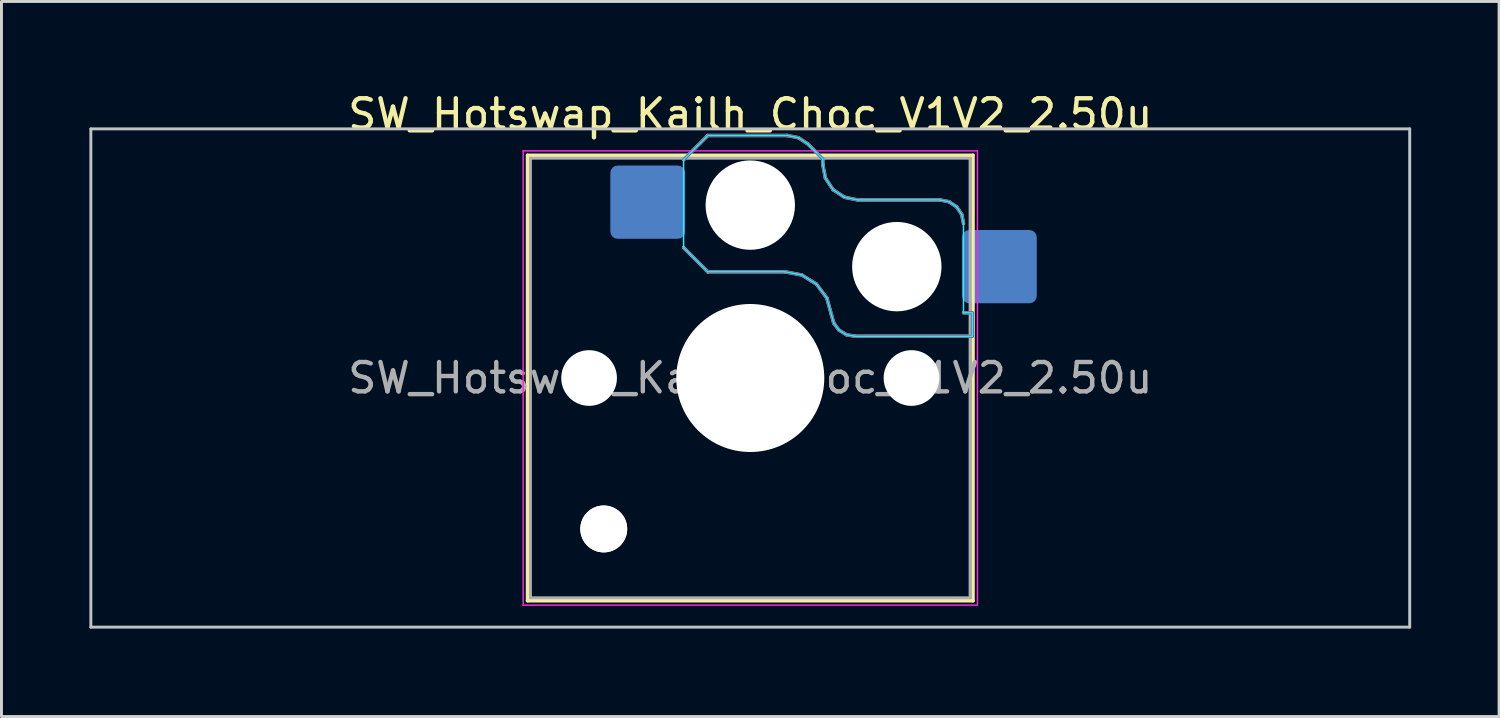
<source format=kicad_pcb>
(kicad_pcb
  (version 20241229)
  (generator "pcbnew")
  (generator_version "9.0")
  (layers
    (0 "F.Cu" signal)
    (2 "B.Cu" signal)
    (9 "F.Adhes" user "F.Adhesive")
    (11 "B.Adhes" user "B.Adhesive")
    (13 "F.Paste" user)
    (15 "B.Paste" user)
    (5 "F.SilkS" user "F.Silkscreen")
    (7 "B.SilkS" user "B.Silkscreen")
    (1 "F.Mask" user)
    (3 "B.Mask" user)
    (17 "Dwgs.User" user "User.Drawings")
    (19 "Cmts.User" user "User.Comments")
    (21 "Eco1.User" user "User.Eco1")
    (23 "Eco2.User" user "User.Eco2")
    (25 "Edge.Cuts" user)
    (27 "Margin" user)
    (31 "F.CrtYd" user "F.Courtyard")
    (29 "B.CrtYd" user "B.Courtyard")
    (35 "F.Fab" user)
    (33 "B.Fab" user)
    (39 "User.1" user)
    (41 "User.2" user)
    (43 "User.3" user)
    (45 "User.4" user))
  (footprint "SW_Hotswap_Kailh_Choc_V1V2_2.50u"
    (layer "F.Cu")
    (at 22.55 9.848)
    (property "Reference" "SW_Hotswap_Kailh_Choc_V1V2_2.50u" (at 0 -9 0) (layer "F.SilkS") (effects (font (size 1 1) (thickness 0.15))))
    (attr smd)
    (fp_line (start -7.6 -7.6) (end -7.6 7.6) (stroke (width 0.12) (type solid)) (layer "F.SilkS"))
    (fp_line (start -7.6 7.6) (end 7.6 7.6) (stroke (width 0.12) (type solid)) (layer "F.SilkS"))
    (fp_line (start 7.6 -7.6) (end -7.6 -7.6) (stroke (width 0.12) (type solid)) (layer "F.SilkS"))
    (fp_line (start 7.6 7.6) (end 7.6 -7.6) (stroke (width 0.12) (type solid)) (layer "F.SilkS"))
    (fp_line (start -2.275 -7.45) (end -1.45 -8.275) (stroke (width 0.12) (type solid)) (layer "B.SilkS"))
    (fp_line (start -1.45 -8.275) (end 1.261 -8.275) (stroke (width 0.12) (type solid)) (layer "B.SilkS"))
    (fp_line (start -1.45 -3.625) (end -2.275 -4.45) (stroke (width 0.12) (type solid)) (layer "B.SilkS"))
    (fp_line (start 1.175 -3.625) (end -1.45 -3.625) (stroke (width 0.12) (type solid)) (layer "B.SilkS"))
    (fp_line (start 1.261 -8.275) (end 1.643 -8.199) (stroke (width 0.12) (type solid)) (layer "B.SilkS"))
    (fp_line (start 1.643 -8.199) (end 1.968 -7.982) (stroke (width 0.12) (type solid)) (layer "B.SilkS"))
    (fp_line (start 1.756 -3.516) (end 1.175 -3.625) (stroke (width 0.12) (type solid)) (layer "B.SilkS"))
    (fp_line (start 1.968 -7.982) (end 2.475 -7.475) (stroke (width 0.12) (type solid)) (layer "B.SilkS"))
    (fp_line (start 2.258 -3.203) (end 1.756 -3.516) (stroke (width 0.12) (type solid)) (layer "B.SilkS"))
    (fp_line (start 2.475 -7.475) (end 2.475 -7.275) (stroke (width 0.12) (type solid)) (layer "B.SilkS"))
    (fp_line (start 2.475 -7.275) (end 2.566 -6.816) (stroke (width 0.12) (type solid)) (layer "B.SilkS"))
    (fp_line (start 2.566 -6.816) (end 2.826 -6.426) (stroke (width 0.12) (type solid)) (layer "B.SilkS"))
    (fp_line (start 2.612 -2.729) (end 2.258 -3.203) (stroke (width 0.12) (type solid)) (layer "B.SilkS"))
    (fp_line (start 2.769 -2.158) (end 2.612 -2.729) (stroke (width 0.12) (type solid)) (layer "B.SilkS"))
    (fp_line (start 2.826 -6.426) (end 3.216 -6.166) (stroke (width 0.12) (type solid)) (layer "B.SilkS"))
    (fp_line (start 2.848 -1.873) (end 2.769 -2.158) (stroke (width 0.12) (type solid)) (layer "B.SilkS"))
    (fp_line (start 3.025 -1.636) (end 2.848 -1.873) (stroke (width 0.12) (type solid)) (layer "B.SilkS"))
    (fp_line (start 3.216 -6.166) (end 3.675 -6.075) (stroke (width 0.12) (type solid)) (layer "B.SilkS"))
    (fp_line (start 3.276 -1.48) (end 3.025 -1.636) (stroke (width 0.12) (type solid)) (layer "B.SilkS"))
    (fp_line (start 3.567 -1.425) (end 3.276 -1.48) (stroke (width 0.12) (type solid)) (layer "B.SilkS"))
    (fp_line (start 3.675 -6.075) (end 6.475 -6.075) (stroke (width 0.12) (type solid)) (layer "B.SilkS"))
    (fp_line (start 6.475 -6.075) (end 6.781 -6.014) (stroke (width 0.12) (type solid)) (layer "B.SilkS"))
    (fp_line (start 6.781 -6.014) (end 7.041 -5.841) (stroke (width 0.12) (type solid)) (layer "B.SilkS"))
    (fp_line (start 7.041 -5.841) (end 7.214 -5.581) (stroke (width 0.12) (type solid)) (layer "B.SilkS"))
    (fp_line (start 7.214 -5.581) (end 7.275 -5.275) (stroke (width 0.12) (type solid)) (layer "B.SilkS"))
    (fp_line (start 7.275 -2.225) (end 7.575 -2.225) (stroke (width 0.12) (type solid)) (layer "B.SilkS"))
    (fp_line (start 7.575 -2.225) (end 7.575 -1.425) (stroke (width 0.12) (type solid)) (layer "B.SilkS"))
    (fp_line (start 7.575 -1.425) (end 3.567 -1.425) (stroke (width 0.12) (type solid)) (layer "B.SilkS"))
    (fp_line (start -22.5 -8.5) (end -22.5 8.5) (stroke (width 0.1) (type solid)) (layer "Dwgs.User"))
    (fp_line (start -22.5 8.5) (end 22.5 8.5) (stroke (width 0.1) (type solid)) (layer "Dwgs.User"))
    (fp_line (start 22.5 -8.5) (end -22.5 -8.5) (stroke (width 0.1) (type solid)) (layer "Dwgs.User"))
    (fp_line (start 22.5 8.5) (end 22.5 -8.5) (stroke (width 0.1) (type solid)) (layer "Dwgs.User"))
    (fp_line (start -7.25 -7.25) (end -7.25 7.25) (stroke (width 0.1) (type solid)) (layer "Eco1.User"))
    (fp_line (start -7.25 7.25) (end 7.25 7.25) (stroke (width 0.1) (type solid)) (layer "Eco1.User"))
    (fp_line (start 7.25 -7.25) (end -7.25 -7.25) (stroke (width 0.1) (type solid)) (layer "Eco1.User"))
    (fp_line (start 7.25 7.25) (end 7.25 -7.25) (stroke (width 0.1) (type solid)) (layer "Eco1.User"))
    (fp_line (start -2.275 -7.45) (end -1.45 -8.275) (stroke (width 0.05) (type solid)) (layer "B.CrtYd"))
    (fp_line (start -2.275 -4.45) (end -2.275 -7.45) (stroke (width 0.05) (type solid)) (layer "B.CrtYd"))
    (fp_line (start -1.45 -8.275) (end 1.261 -8.275) (stroke (width 0.05) (type solid)) (layer "B.CrtYd"))
    (fp_line (start -1.45 -3.625) (end -2.275 -4.45) (stroke (width 0.05) (type solid)) (layer "B.CrtYd"))
    (fp_line (start 1.175 -3.625) (end -1.45 -3.625) (stroke (width 0.05) (type solid)) (layer "B.CrtYd"))
    (fp_line (start 1.261 -8.275) (end 1.643 -8.199) (stroke (width 0.05) (type solid)) (layer "B.CrtYd"))
    (fp_line (start 1.643 -8.199) (end 1.968 -7.982) (stroke (width 0.05) (type solid)) (layer "B.CrtYd"))
    (fp_line (start 1.756 -3.516) (end 1.175 -3.625) (stroke (width 0.05) (type solid)) (layer "B.CrtYd"))
    (fp_line (start 1.968 -7.982) (end 2.475 -7.475) (stroke (width 0.05) (type solid)) (layer "B.CrtYd"))
    (fp_line (start 2.258 -3.203) (end 1.756 -3.516) (stroke (width 0.05) (type solid)) (layer "B.CrtYd"))
    (fp_line (start 2.475 -7.475) (end 2.475 -7.275) (stroke (width 0.05) (type solid)) (layer "B.CrtYd"))
    (fp_line (start 2.475 -7.275) (end 2.566 -6.816) (stroke (width 0.05) (type solid)) (layer "B.CrtYd"))
    (fp_line (start 2.566 -6.816) (end 2.826 -6.426) (stroke (width 0.05) (type solid)) (layer "B.CrtYd"))
    (fp_line (start 2.612 -2.729) (end 2.258 -3.203) (stroke (width 0.05) (type solid)) (layer "B.CrtYd"))
    (fp_line (start 2.769 -2.158) (end 2.612 -2.729) (stroke (width 0.05) (type solid)) (layer "B.CrtYd"))
    (fp_line (start 2.826 -6.426) (end 3.216 -6.166) (stroke (width 0.05) (type solid)) (layer "B.CrtYd"))
    (fp_line (start 2.848 -1.873) (end 2.769 -2.158) (stroke (width 0.05) (type solid)) (layer "B.CrtYd"))
    (fp_line (start 3.025 -1.636) (end 2.848 -1.873) (stroke (width 0.05) (type solid)) (layer "B.CrtYd"))
    (fp_line (start 3.216 -6.166) (end 3.675 -6.075) (stroke (width 0.05) (type solid)) (layer "B.CrtYd"))
    (fp_line (start 3.276 -1.48) (end 3.025 -1.636) (stroke (width 0.05) (type solid)) (layer "B.CrtYd"))
    (fp_line (start 3.567 -1.425) (end 3.276 -1.48) (stroke (width 0.05) (type solid)) (layer "B.CrtYd"))
    (fp_line (start 3.675 -6.075) (end 6.475 -6.075) (stroke (width 0.05) (type solid)) (layer "B.CrtYd"))
    (fp_line (start 6.475 -6.075) (end 6.781 -6.014) (stroke (width 0.05) (type solid)) (layer "B.CrtYd"))
    (fp_line (start 6.781 -6.014) (end 7.041 -5.841) (stroke (width 0.05) (type solid)) (layer "B.CrtYd"))
    (fp_line (start 7.041 -5.841) (end 7.214 -5.581) (stroke (width 0.05) (type solid)) (layer "B.CrtYd"))
    (fp_line (start 7.214 -5.581) (end 7.275 -5.275) (stroke (width 0.05) (type solid)) (layer "B.CrtYd"))
    (fp_line (start 7.275 -5.275) (end 7.275 -2.225) (stroke (width 0.05) (type solid)) (layer "B.CrtYd"))
    (fp_line (start 7.275 -2.225) (end 7.575 -2.225) (stroke (width 0.05) (type solid)) (layer "B.CrtYd"))
    (fp_line (start 7.575 -2.225) (end 7.575 -1.425) (stroke (width 0.05) (type solid)) (layer "B.CrtYd"))
    (fp_line (start 7.575 -1.425) (end 3.567 -1.425) (stroke (width 0.05) (type solid)) (layer "B.CrtYd"))
    (fp_line (start -7.75 -7.75) (end -7.75 7.75) (stroke (width 0.05) (type solid)) (layer "F.CrtYd"))
    (fp_line (start -7.75 7.75) (end 7.75 7.75) (stroke (width 0.05) (type solid)) (layer "F.CrtYd"))
    (fp_line (start 7.75 -7.75) (end -7.75 -7.75) (stroke (width 0.05) (type solid)) (layer "F.CrtYd"))
    (fp_line (start 7.75 7.75) (end 7.75 -7.75) (stroke (width 0.05) (type solid)) (layer "F.CrtYd"))
    (fp_line (start -2.275 -7.45) (end -1.45 -8.275) (stroke (width 0.1) (type solid)) (layer "B.Fab"))
    (fp_line (start -1.45 -8.275) (end 1.261 -8.275) (stroke (width 0.1) (type solid)) (layer "B.Fab"))
    (fp_line (start -1.45 -3.625) (end -2.275 -4.45) (stroke (width 0.1) (type solid)) (layer "B.Fab"))
    (fp_line (start 1.175 -3.625) (end -1.45 -3.625) (stroke (width 0.1) (type solid)) (layer "B.Fab"))
    (fp_line (start 1.261 -8.275) (end 1.643 -8.199) (stroke (width 0.1) (type solid)) (layer "B.Fab"))
    (fp_line (start 1.643 -8.199) (end 1.968 -7.982) (stroke (width 0.1) (type solid)) (layer "B.Fab"))
    (fp_line (start 1.756 -3.516) (end 1.175 -3.625) (stroke (width 0.1) (type solid)) (layer "B.Fab"))
    (fp_line (start 1.968 -7.982) (end 2.475 -7.475) (stroke (width 0.1) (type solid)) (layer "B.Fab"))
    (fp_line (start 2.258 -3.203) (end 1.756 -3.516) (stroke (width 0.1) (type solid)) (layer "B.Fab"))
    (fp_line (start 2.475 -7.475) (end 2.475 -7.275) (stroke (width 0.1) (type solid)) (layer "B.Fab"))
    (fp_line (start 2.475 -7.275) (end 2.566 -6.816) (stroke (width 0.1) (type solid)) (layer "B.Fab"))
    (fp_line (start 2.566 -6.816) (end 2.826 -6.426) (stroke (width 0.1) (type solid)) (layer "B.Fab"))
    (fp_line (start 2.612 -2.729) (end 2.258 -3.203) (stroke (width 0.1) (type solid)) (layer "B.Fab"))
    (fp_line (start 2.769 -2.158) (end 2.612 -2.729) (stroke (width 0.1) (type solid)) (layer "B.Fab"))
    (fp_line (start 2.826 -6.426) (end 3.216 -6.166) (stroke (width 0.1) (type solid)) (layer "B.Fab"))
    (fp_line (start 2.848 -1.873) (end 2.769 -2.158) (stroke (width 0.1) (type solid)) (layer "B.Fab"))
    (fp_line (start 3.025 -1.636) (end 2.848 -1.873) (stroke (width 0.1) (type solid)) (layer "B.Fab"))
    (fp_line (start 3.216 -6.166) (end 3.675 -6.075) (stroke (width 0.1) (type solid)) (layer "B.Fab"))
    (fp_line (start 3.276 -1.48) (end 3.025 -1.636) (stroke (width 0.1) (type solid)) (layer "B.Fab"))
    (fp_line (start 3.567 -1.425) (end 3.276 -1.48) (stroke (width 0.1) (type solid)) (layer "B.Fab"))
    (fp_line (start 3.675 -6.075) (end 6.475 -6.075) (stroke (width 0.1) (type solid)) (layer "B.Fab"))
    (fp_line (start 6.475 -6.075) (end 6.781 -6.014) (stroke (width 0.1) (type solid)) (layer "B.Fab"))
    (fp_line (start 6.781 -6.014) (end 7.041 -5.841) (stroke (width 0.1) (type solid)) (layer "B.Fab"))
    (fp_line (start 7.041 -5.841) (end 7.214 -5.581) (stroke (width 0.1) (type solid)) (layer "B.Fab"))
    (fp_line (start 7.214 -5.581) (end 7.275 -5.275) (stroke (width 0.1) (type solid)) (layer "B.Fab"))
    (fp_line (start 7.275 -2.225) (end 7.575 -2.225) (stroke (width 0.1) (type solid)) (layer "B.Fab"))
    (fp_line (start 7.575 -2.225) (end 7.575 -1.425) (stroke (width 0.1) (type solid)) (layer "B.Fab"))
    (fp_line (start 7.575 -1.425) (end 3.567 -1.425) (stroke (width 0.1) (type solid)) (layer "B.Fab"))
    (fp_line (start -7.5 -7.5) (end -7.5 7.5) (stroke (width 0.1) (type solid)) (layer "F.Fab"))
    (fp_line (start -7.5 7.5) (end 7.5 7.5) (stroke (width 0.1) (type solid)) (layer "F.Fab"))
    (fp_line (start 7.5 -7.5) (end -7.5 -7.5) (stroke (width 0.1) (type solid)) (layer "F.Fab"))
    (fp_line (start 7.5 7.5) (end 7.5 -7.5) (stroke (width 0.1) (type solid)) (layer "F.Fab"))
    (fp_text user "${REFERENCE}" (at 0 0 0) (layer "F.Fab") (effects (font (size 1 1) (thickness 0.15))))
    (pad "" np_thru_hole circle (at -5.5 0) (size 1.9 1.9) (drill 1.9) (layers "*.Cu" "*.Mask"))
    (pad "" np_thru_hole circle (at -5 5.15) (size 1.6 1.6) (drill 1.6) (layers "*.Cu" "*.Mask"))
    (pad "" np_thru_hole circle (at -5 5.15) (size 1.6 1.6) (drill 1.6) (layers "*.Cu" "*.Mask"))
    (pad "" np_thru_hole circle (at 0 -5.9) (size 3.05 3.05) (drill 3.05) (layers "*.Cu" "*.Mask"))
    (pad "" np_thru_hole circle (at 0 0) (size 5.05 5.05) (drill 5.05) (layers "*.Cu" "*.Mask"))
    (pad "" np_thru_hole circle (at 5 -3.8) (size 3.05 3.05) (drill 3.05) (layers "*.Cu" "*.Mask"))
    (pad "" np_thru_hole circle (at 5.5 0) (size 1.9 1.9) (drill 1.9) (layers "*.Cu" "*.Mask"))
    (pad "1" smd roundrect (at -3.5 -6) (size 2.55 2.5) (layers "B.Cu" "B.Mask" "B.Paste") (roundrect_rratio 0.1))
    (pad "2" smd roundrect (at 8.5 -3.8) (size 2.55 2.5) (layers "B.Cu" "B.Mask" "B.Paste") (roundrect_rratio 0.1)))
  (gr_rect
    (start -3 -3)
    (end 48.1 21.398)
    (stroke (width 0.1) (type default))
    (fill no)
    (layer "Edge.Cuts")))
</source>
